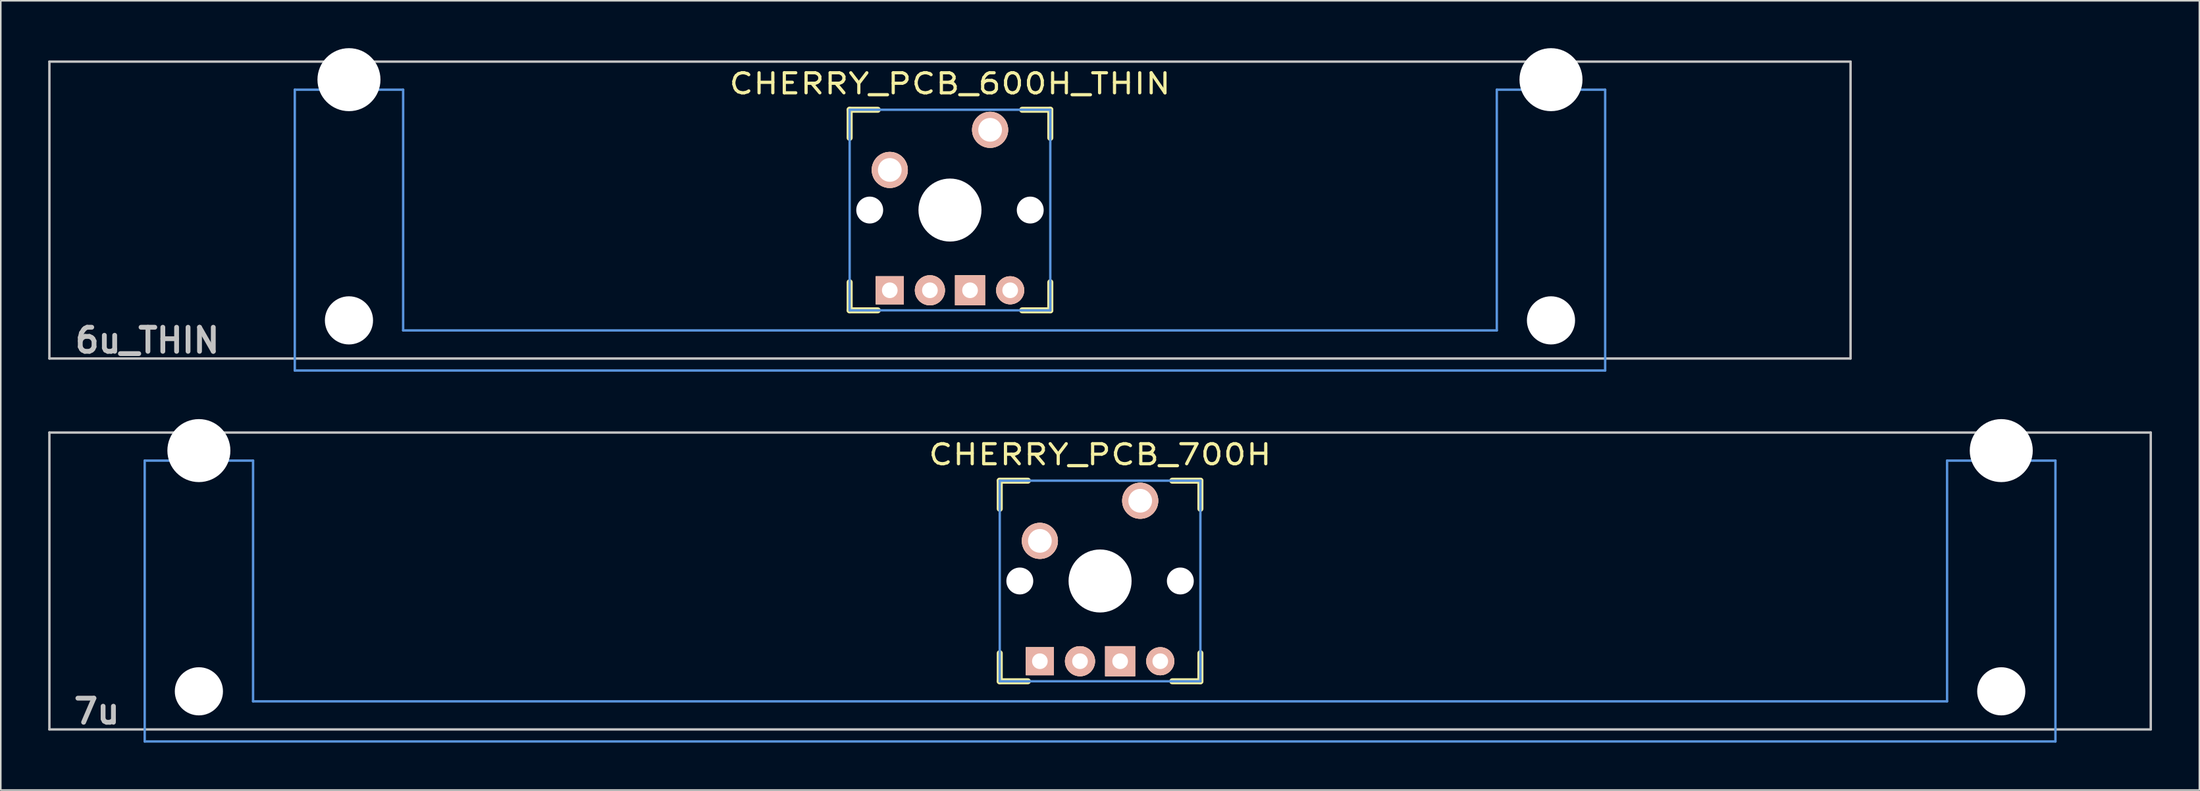
<source format=kicad_pcb>
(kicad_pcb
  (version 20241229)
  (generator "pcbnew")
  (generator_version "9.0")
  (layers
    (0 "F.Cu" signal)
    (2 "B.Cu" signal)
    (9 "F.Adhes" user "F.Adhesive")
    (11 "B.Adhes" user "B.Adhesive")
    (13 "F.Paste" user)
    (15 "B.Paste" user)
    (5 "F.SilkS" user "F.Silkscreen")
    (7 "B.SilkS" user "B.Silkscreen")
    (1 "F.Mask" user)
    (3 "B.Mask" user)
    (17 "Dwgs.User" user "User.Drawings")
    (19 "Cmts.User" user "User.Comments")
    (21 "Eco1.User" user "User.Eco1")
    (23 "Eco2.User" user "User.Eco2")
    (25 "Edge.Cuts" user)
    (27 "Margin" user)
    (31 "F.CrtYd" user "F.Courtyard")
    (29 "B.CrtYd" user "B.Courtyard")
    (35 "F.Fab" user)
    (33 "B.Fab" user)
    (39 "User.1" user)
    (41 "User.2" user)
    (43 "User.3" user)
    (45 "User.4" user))
  (footprint "CHERRY_PCB_700H"
    (layer "F.Cu")
    (at 66.576 33.734)
    (property "Reference" "CHERRY_PCB_700H" (at 0 -8 0) (layer "F.SilkS") (effects (font (size 1.27 1.524) (thickness 0.203))))
    (attr through_hole)
    (fp_line (start -6.35 -6.35) (end -4.572 -6.35) (stroke (width 0.381) (type solid)) (layer "F.SilkS"))
    (fp_line (start -6.35 -4.572) (end -6.35 -6.35) (stroke (width 0.381) (type solid)) (layer "F.SilkS"))
    (fp_line (start -6.35 6.35) (end -6.35 4.572) (stroke (width 0.381) (type solid)) (layer "F.SilkS"))
    (fp_line (start -4.572 6.35) (end -6.35 6.35) (stroke (width 0.381) (type solid)) (layer "F.SilkS"))
    (fp_line (start 4.572 -6.35) (end 6.35 -6.35) (stroke (width 0.381) (type solid)) (layer "F.SilkS"))
    (fp_line (start 6.35 -6.35) (end 6.35 -4.572) (stroke (width 0.381) (type solid)) (layer "F.SilkS"))
    (fp_line (start 6.35 4.572) (end 6.35 6.35) (stroke (width 0.381) (type solid)) (layer "F.SilkS"))
    (fp_line (start 6.35 6.35) (end 4.572 6.35) (stroke (width 0.381) (type solid)) (layer "F.SilkS"))
    (fp_line (start -66.5 -9.398) (end 66.5 -9.398) (stroke (width 0.152) (type solid)) (layer "Dwgs.User"))
    (fp_line (start -66.5 9.398) (end -66.5 -9.398) (stroke (width 0.152) (type solid)) (layer "Dwgs.User"))
    (fp_line (start 66.5 -9.398) (end 66.5 9.398) (stroke (width 0.152) (type solid)) (layer "Dwgs.User"))
    (fp_line (start 66.5 9.398) (end -66.5 9.398) (stroke (width 0.152) (type solid)) (layer "Dwgs.User"))
    (fp_line (start -60.467 -7.62) (end -60.467 10.16) (stroke (width 0.152) (type solid)) (layer "Cmts.User"))
    (fp_line (start -60.467 10.16) (end 60.467 10.16) (stroke (width 0.152) (type solid)) (layer "Cmts.User"))
    (fp_line (start -53.609 -7.62) (end -60.467 -7.62) (stroke (width 0.152) (type solid)) (layer "Cmts.User"))
    (fp_line (start -53.609 7.62) (end -53.609 -7.62) (stroke (width 0.152) (type solid)) (layer "Cmts.User"))
    (fp_line (start -6.35 -6.35) (end 6.35 -6.35) (stroke (width 0.152) (type solid)) (layer "Cmts.User"))
    (fp_line (start -6.35 6.35) (end -6.35 -6.35) (stroke (width 0.152) (type solid)) (layer "Cmts.User"))
    (fp_line (start 6.35 -6.35) (end 6.35 6.35) (stroke (width 0.152) (type solid)) (layer "Cmts.User"))
    (fp_line (start 6.35 6.35) (end -6.35 6.35) (stroke (width 0.152) (type solid)) (layer "Cmts.User"))
    (fp_line (start 53.609 -7.62) (end 53.609 7.62) (stroke (width 0.152) (type solid)) (layer "Cmts.User"))
    (fp_line (start 53.609 7.62) (end -53.609 7.62) (stroke (width 0.152) (type solid)) (layer "Cmts.User"))
    (fp_line (start 60.467 -7.62) (end 53.609 -7.62) (stroke (width 0.152) (type solid)) (layer "Cmts.User"))
    (fp_line (start 60.467 10.16) (end 60.467 -7.62) (stroke (width 0.152) (type solid)) (layer "Cmts.User"))
    (fp_line (start -61.229 -2.286) (end -60.366 -2.286) (stroke (width 0.152) (type solid)) (layer "Eco2.User"))
    (fp_line (start -61.229 0.508) (end -61.229 -2.286) (stroke (width 0.152) (type solid)) (layer "Eco2.User"))
    (fp_line (start -60.366 -5.69) (end -53.711 -5.69) (stroke (width 0.152) (type solid)) (layer "Eco2.User"))
    (fp_line (start -60.366 -2.286) (end -60.366 -5.69) (stroke (width 0.152) (type solid)) (layer "Eco2.User"))
    (fp_line (start -60.366 0.508) (end -61.229 0.508) (stroke (width 0.152) (type solid)) (layer "Eco2.User"))
    (fp_line (start -60.366 6.604) (end -60.366 0.508) (stroke (width 0.152) (type solid)) (layer "Eco2.User"))
    (fp_line (start -59.324 6.604) (end -60.366 6.604) (stroke (width 0.152) (type solid)) (layer "Eco2.User"))
    (fp_line (start -59.324 7.772) (end -59.324 6.604) (stroke (width 0.152) (type solid)) (layer "Eco2.User"))
    (fp_line (start -54.752 6.604) (end -54.752 7.772) (stroke (width 0.152) (type solid)) (layer "Eco2.User"))
    (fp_line (start -54.752 7.772) (end -59.324 7.772) (stroke (width 0.152) (type solid)) (layer "Eco2.User"))
    (fp_line (start -53.711 -5.69) (end -53.711 -2.286) (stroke (width 0.152) (type solid)) (layer "Eco2.User"))
    (fp_line (start -53.711 -2.286) (end -6.985 -2.286) (stroke (width 0.152) (type solid)) (layer "Eco2.User"))
    (fp_line (start -53.711 2.286) (end -53.711 6.604) (stroke (width 0.152) (type solid)) (layer "Eco2.User"))
    (fp_line (start -53.711 6.604) (end -54.752 6.604) (stroke (width 0.152) (type solid)) (layer "Eco2.User"))
    (fp_line (start -6.985 -6.985) (end 6.985 -6.985) (stroke (width 0.152) (type solid)) (layer "Eco2.User"))
    (fp_line (start -6.985 -2.286) (end -6.985 -6.985) (stroke (width 0.152) (type solid)) (layer "Eco2.User"))
    (fp_line (start -6.985 2.286) (end -53.711 2.286) (stroke (width 0.152) (type solid)) (layer "Eco2.User"))
    (fp_line (start -6.985 6.985) (end -6.985 2.286) (stroke (width 0.152) (type solid)) (layer "Eco2.User"))
    (fp_line (start 6.985 -6.985) (end 6.985 -2.286) (stroke (width 0.152) (type solid)) (layer "Eco2.User"))
    (fp_line (start 6.985 -2.286) (end 53.711 -2.286) (stroke (width 0.152) (type solid)) (layer "Eco2.User"))
    (fp_line (start 6.985 2.286) (end 6.985 6.985) (stroke (width 0.152) (type solid)) (layer "Eco2.User"))
    (fp_line (start 6.985 6.985) (end -6.985 6.985) (stroke (width 0.152) (type solid)) (layer "Eco2.User"))
    (fp_line (start 53.711 -5.69) (end 60.366 -5.69) (stroke (width 0.152) (type solid)) (layer "Eco2.User"))
    (fp_line (start 53.711 -2.286) (end 53.711 -5.69) (stroke (width 0.152) (type solid)) (layer "Eco2.User"))
    (fp_line (start 53.711 2.286) (end 6.985 2.286) (stroke (width 0.152) (type solid)) (layer "Eco2.User"))
    (fp_line (start 53.711 6.604) (end 53.711 2.286) (stroke (width 0.152) (type solid)) (layer "Eco2.User"))
    (fp_line (start 54.752 6.604) (end 53.711 6.604) (stroke (width 0.152) (type solid)) (layer "Eco2.User"))
    (fp_line (start 54.752 7.772) (end 54.752 6.604) (stroke (width 0.152) (type solid)) (layer "Eco2.User"))
    (fp_line (start 59.324 6.604) (end 59.324 7.772) (stroke (width 0.152) (type solid)) (layer "Eco2.User"))
    (fp_line (start 59.324 7.772) (end 54.752 7.772) (stroke (width 0.152) (type solid)) (layer "Eco2.User"))
    (fp_line (start 60.366 -5.69) (end 60.366 -2.286) (stroke (width 0.152) (type solid)) (layer "Eco2.User"))
    (fp_line (start 60.366 -2.286) (end 61.229 -2.286) (stroke (width 0.152) (type solid)) (layer "Eco2.User"))
    (fp_line (start 60.366 0.508) (end 60.366 6.604) (stroke (width 0.152) (type solid)) (layer "Eco2.User"))
    (fp_line (start 60.366 6.604) (end 59.324 6.604) (stroke (width 0.152) (type solid)) (layer "Eco2.User"))
    (fp_line (start 61.229 -2.286) (end 61.229 0.508) (stroke (width 0.152) (type solid)) (layer "Eco2.User"))
    (fp_line (start 61.229 0.508) (end 60.366 0.508) (stroke (width 0.152) (type solid)) (layer "Eco2.User"))
    (fp_text user "7u" (at -63.5 8.255 0) (layer "Dwgs.User") (effects (font (size 1.524 1.524) (thickness 0.305))))
    (pad "" np_thru_hole circle (at -57.038 -8.255) (size 3.988 3.988) (drill 3.988) (layers "*.Cu"))
    (pad "" np_thru_hole circle (at -57.038 6.985) (size 3.048 3.048) (drill 3.048) (layers "*.Cu"))
    (pad "" np_thru_hole circle (at -5.08 0) (size 1.702 1.702) (drill 1.702) (layers "*.Cu"))
    (pad "" np_thru_hole circle (at 0 0) (size 3.988 3.988) (drill 3.988) (layers "*.Cu"))
    (pad "" np_thru_hole circle (at 5.08 0) (size 1.702 1.702) (drill 1.702) (layers "*.Cu"))
    (pad "" np_thru_hole circle (at 57.038 -8.255) (size 3.988 3.988) (drill 3.988) (layers "*.Cu"))
    (pad "" np_thru_hole circle (at 57.038 6.985) (size 3.048 3.048) (drill 3.048) (layers "*.Cu"))
    (pad "1" thru_hole circle (at 2.54 -5.08) (size 2.286 2.286) (drill 1.499) (layers "*.Cu" "*.SilkS" "*.Mask"))
    (pad "2" thru_hole circle (at -3.81 -2.54) (size 2.286 2.286) (drill 1.499) (layers "*.Cu" "*.SilkS" "*.Mask"))
    (pad "3" thru_hole rect (at -3.81 5.08) (size 1.778 1.778) (drill 0.991) (layers "*.Cu" "*.SilkS" "*.Mask"))
    (pad "4" thru_hole circle (at 3.81 5.08) (size 1.778 1.778) (drill 0.991) (layers "*.Cu" "*.SilkS" "*.Mask"))
    (pad "5" thru_hole circle (at -1.27 5.08) (size 1.905 1.905) (drill 0.991) (layers "*.Cu" "*.SilkS" "*.Mask"))
    (pad "6" thru_hole rect (at 1.27 5.08) (size 1.905 1.905) (drill 0.991) (layers "*.Cu" "*.SilkS" "*.Mask")))
  (footprint "CHERRY_PCB_600H_THIN"
    (layer "F.Cu")
    (at 57.076 10.249)
    (property "Reference" "CHERRY_PCB_600H_THIN" (at 0 -8 0) (layer "F.SilkS") (effects (font (size 1.27 1.524) (thickness 0.203))))
    (attr through_hole)
    (fp_line (start -6.35 -6.35) (end -4.572 -6.35) (stroke (width 0.381) (type solid)) (layer "F.SilkS"))
    (fp_line (start -6.35 -4.572) (end -6.35 -6.35) (stroke (width 0.381) (type solid)) (layer "F.SilkS"))
    (fp_line (start -6.35 6.35) (end -6.35 4.572) (stroke (width 0.381) (type solid)) (layer "F.SilkS"))
    (fp_line (start -4.572 6.35) (end -6.35 6.35) (stroke (width 0.381) (type solid)) (layer "F.SilkS"))
    (fp_line (start 4.572 -6.35) (end 6.35 -6.35) (stroke (width 0.381) (type solid)) (layer "F.SilkS"))
    (fp_line (start 6.35 -6.35) (end 6.35 -4.572) (stroke (width 0.381) (type solid)) (layer "F.SilkS"))
    (fp_line (start 6.35 4.572) (end 6.35 6.35) (stroke (width 0.381) (type solid)) (layer "F.SilkS"))
    (fp_line (start 6.35 6.35) (end 4.572 6.35) (stroke (width 0.381) (type solid)) (layer "F.SilkS"))
    (fp_line (start -57 -9.398) (end 57 -9.398) (stroke (width 0.152) (type solid)) (layer "Dwgs.User"))
    (fp_line (start -57 9.398) (end -57 -9.398) (stroke (width 0.152) (type solid)) (layer "Dwgs.User"))
    (fp_line (start 57 -9.398) (end 57 9.398) (stroke (width 0.152) (type solid)) (layer "Dwgs.User"))
    (fp_line (start 57 9.398) (end -57 9.398) (stroke (width 0.152) (type solid)) (layer "Dwgs.User"))
    (fp_line (start -41.468 -7.62) (end -41.468 10.16) (stroke (width 0.152) (type solid)) (layer "Cmts.User"))
    (fp_line (start -41.468 10.16) (end 41.468 10.16) (stroke (width 0.152) (type solid)) (layer "Cmts.User"))
    (fp_line (start -34.61 -7.62) (end -41.468 -7.62) (stroke (width 0.152) (type solid)) (layer "Cmts.User"))
    (fp_line (start -34.61 7.62) (end -34.61 -7.62) (stroke (width 0.152) (type solid)) (layer "Cmts.User"))
    (fp_line (start -6.35 -6.35) (end 6.35 -6.35) (stroke (width 0.152) (type solid)) (layer "Cmts.User"))
    (fp_line (start -6.35 6.35) (end -6.35 -6.35) (stroke (width 0.152) (type solid)) (layer "Cmts.User"))
    (fp_line (start 6.35 -6.35) (end 6.35 6.35) (stroke (width 0.152) (type solid)) (layer "Cmts.User"))
    (fp_line (start 6.35 6.35) (end -6.35 6.35) (stroke (width 0.152) (type solid)) (layer "Cmts.User"))
    (fp_line (start 34.61 -7.62) (end 34.61 7.62) (stroke (width 0.152) (type solid)) (layer "Cmts.User"))
    (fp_line (start 34.61 7.62) (end -34.61 7.62) (stroke (width 0.152) (type solid)) (layer "Cmts.User"))
    (fp_line (start 41.468 -7.62) (end 34.61 -7.62) (stroke (width 0.152) (type solid)) (layer "Cmts.User"))
    (fp_line (start 41.468 10.16) (end 41.468 -7.62) (stroke (width 0.152) (type solid)) (layer "Cmts.User"))
    (fp_line (start -42.23 -2.286) (end -41.366 -2.286) (stroke (width 0.152) (type solid)) (layer "Eco2.User"))
    (fp_line (start -42.23 0.508) (end -42.23 -2.286) (stroke (width 0.152) (type solid)) (layer "Eco2.User"))
    (fp_line (start -41.366 -5.69) (end -34.712 -5.69) (stroke (width 0.152) (type solid)) (layer "Eco2.User"))
    (fp_line (start -41.366 -2.286) (end -41.366 -5.69) (stroke (width 0.152) (type solid)) (layer "Eco2.User"))
    (fp_line (start -41.366 0.508) (end -42.23 0.508) (stroke (width 0.152) (type solid)) (layer "Eco2.User"))
    (fp_line (start -41.366 6.604) (end -41.366 0.508) (stroke (width 0.152) (type solid)) (layer "Eco2.User"))
    (fp_line (start -40.325 6.604) (end -41.366 6.604) (stroke (width 0.152) (type solid)) (layer "Eco2.User"))
    (fp_line (start -40.325 7.772) (end -40.325 6.604) (stroke (width 0.152) (type solid)) (layer "Eco2.User"))
    (fp_line (start -35.753 6.604) (end -35.753 7.772) (stroke (width 0.152) (type solid)) (layer "Eco2.User"))
    (fp_line (start -35.753 7.772) (end -40.325 7.772) (stroke (width 0.152) (type solid)) (layer "Eco2.User"))
    (fp_line (start -34.712 -5.69) (end -34.712 -2.286) (stroke (width 0.152) (type solid)) (layer "Eco2.User"))
    (fp_line (start -34.712 -2.286) (end -6.985 -2.286) (stroke (width 0.152) (type solid)) (layer "Eco2.User"))
    (fp_line (start -34.712 2.286) (end -34.712 6.604) (stroke (width 0.152) (type solid)) (layer "Eco2.User"))
    (fp_line (start -34.712 6.604) (end -35.753 6.604) (stroke (width 0.152) (type solid)) (layer "Eco2.User"))
    (fp_line (start -6.985 -6.985) (end 6.985 -6.985) (stroke (width 0.152) (type solid)) (layer "Eco2.User"))
    (fp_line (start -6.985 -2.286) (end -6.985 -6.985) (stroke (width 0.152) (type solid)) (layer "Eco2.User"))
    (fp_line (start -6.985 2.286) (end -34.712 2.286) (stroke (width 0.152) (type solid)) (layer "Eco2.User"))
    (fp_line (start -6.985 6.985) (end -6.985 2.286) (stroke (width 0.152) (type solid)) (layer "Eco2.User"))
    (fp_line (start 6.985 -6.985) (end 6.985 -2.286) (stroke (width 0.152) (type solid)) (layer "Eco2.User"))
    (fp_line (start 6.985 -2.286) (end 34.712 -2.286) (stroke (width 0.152) (type solid)) (layer "Eco2.User"))
    (fp_line (start 6.985 2.286) (end 6.985 6.985) (stroke (width 0.152) (type solid)) (layer "Eco2.User"))
    (fp_line (start 6.985 6.985) (end -6.985 6.985) (stroke (width 0.152) (type solid)) (layer "Eco2.User"))
    (fp_line (start 34.712 -5.69) (end 41.366 -5.69) (stroke (width 0.152) (type solid)) (layer "Eco2.User"))
    (fp_line (start 34.712 -2.286) (end 34.712 -5.69) (stroke (width 0.152) (type solid)) (layer "Eco2.User"))
    (fp_line (start 34.712 2.286) (end 6.985 2.286) (stroke (width 0.152) (type solid)) (layer "Eco2.User"))
    (fp_line (start 34.712 6.604) (end 34.712 2.286) (stroke (width 0.152) (type solid)) (layer "Eco2.User"))
    (fp_line (start 35.753 6.604) (end 34.712 6.604) (stroke (width 0.152) (type solid)) (layer "Eco2.User"))
    (fp_line (start 35.753 7.772) (end 35.753 6.604) (stroke (width 0.152) (type solid)) (layer "Eco2.User"))
    (fp_line (start 40.325 6.604) (end 40.325 7.772) (stroke (width 0.152) (type solid)) (layer "Eco2.User"))
    (fp_line (start 40.325 7.772) (end 35.753 7.772) (stroke (width 0.152) (type solid)) (layer "Eco2.User"))
    (fp_line (start 41.366 -5.69) (end 41.366 -2.286) (stroke (width 0.152) (type solid)) (layer "Eco2.User"))
    (fp_line (start 41.366 -2.286) (end 42.23 -2.286) (stroke (width 0.152) (type solid)) (layer "Eco2.User"))
    (fp_line (start 41.366 0.508) (end 41.366 6.604) (stroke (width 0.152) (type solid)) (layer "Eco2.User"))
    (fp_line (start 41.366 6.604) (end 40.325 6.604) (stroke (width 0.152) (type solid)) (layer "Eco2.User"))
    (fp_line (start 42.23 -2.286) (end 42.23 0.508) (stroke (width 0.152) (type solid)) (layer "Eco2.User"))
    (fp_line (start 42.23 0.508) (end 41.366 0.508) (stroke (width 0.152) (type solid)) (layer "Eco2.User"))
    (fp_text user "6u_THIN" (at -50.8 8.255 0) (layer "Dwgs.User") (effects (font (size 1.524 1.524) (thickness 0.305))))
    (pad "" np_thru_hole circle (at -38.039 -8.255) (size 3.988 3.988) (drill 3.988) (layers "*.Cu"))
    (pad "" np_thru_hole circle (at -38.039 6.985) (size 3.048 3.048) (drill 3.048) (layers "*.Cu"))
    (pad "" np_thru_hole circle (at -5.08 0) (size 1.702 1.702) (drill 1.702) (layers "*.Cu"))
    (pad "" np_thru_hole circle (at 0 0) (size 3.988 3.988) (drill 3.988) (layers "*.Cu"))
    (pad "" np_thru_hole circle (at 5.08 0) (size 1.702 1.702) (drill 1.702) (layers "*.Cu"))
    (pad "" np_thru_hole circle (at 38.039 -8.255) (size 3.988 3.988) (drill 3.988) (layers "*.Cu"))
    (pad "" np_thru_hole circle (at 38.039 6.985) (size 3.048 3.048) (drill 3.048) (layers "*.Cu"))
    (pad "1" thru_hole circle (at 2.54 -5.08) (size 2.286 2.286) (drill 1.499) (layers "*.Cu" "*.SilkS" "*.Mask"))
    (pad "2" thru_hole circle (at -3.81 -2.54) (size 2.286 2.286) (drill 1.499) (layers "*.Cu" "*.SilkS" "*.Mask"))
    (pad "3" thru_hole rect (at -3.81 5.08) (size 1.778 1.778) (drill 0.991) (layers "*.Cu" "*.SilkS" "*.Mask"))
    (pad "4" thru_hole circle (at 3.81 5.08) (size 1.778 1.778) (drill 0.991) (layers "*.Cu" "*.SilkS" "*.Mask"))
    (pad "5" thru_hole circle (at -1.27 5.08) (size 1.905 1.905) (drill 0.991) (layers "*.Cu" "*.SilkS" "*.Mask"))
    (pad "6" thru_hole rect (at 1.27 5.08) (size 1.905 1.905) (drill 0.991) (layers "*.Cu" "*.SilkS" "*.Mask")))
  (gr_rect
    (start -3 -3)
    (end 136.152 46.97)
    (stroke (width 0.1) (type default))
    (fill no)
    (layer "Edge.Cuts")))
</source>
